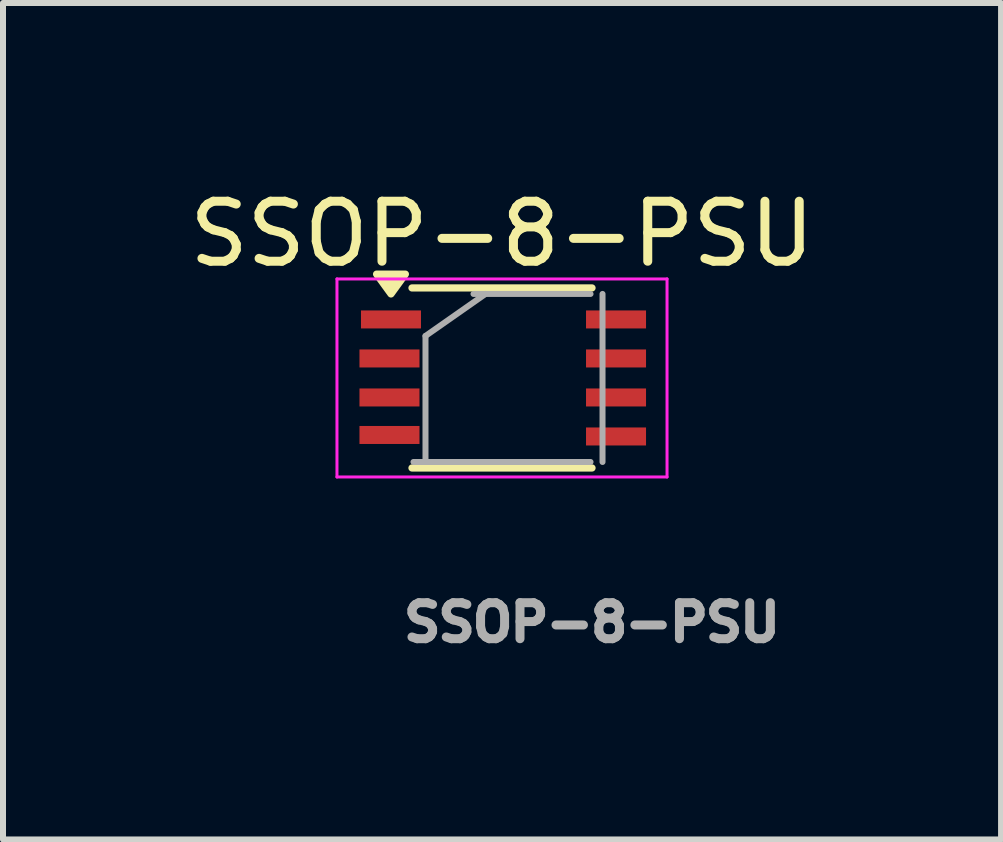
<source format=kicad_pcb>
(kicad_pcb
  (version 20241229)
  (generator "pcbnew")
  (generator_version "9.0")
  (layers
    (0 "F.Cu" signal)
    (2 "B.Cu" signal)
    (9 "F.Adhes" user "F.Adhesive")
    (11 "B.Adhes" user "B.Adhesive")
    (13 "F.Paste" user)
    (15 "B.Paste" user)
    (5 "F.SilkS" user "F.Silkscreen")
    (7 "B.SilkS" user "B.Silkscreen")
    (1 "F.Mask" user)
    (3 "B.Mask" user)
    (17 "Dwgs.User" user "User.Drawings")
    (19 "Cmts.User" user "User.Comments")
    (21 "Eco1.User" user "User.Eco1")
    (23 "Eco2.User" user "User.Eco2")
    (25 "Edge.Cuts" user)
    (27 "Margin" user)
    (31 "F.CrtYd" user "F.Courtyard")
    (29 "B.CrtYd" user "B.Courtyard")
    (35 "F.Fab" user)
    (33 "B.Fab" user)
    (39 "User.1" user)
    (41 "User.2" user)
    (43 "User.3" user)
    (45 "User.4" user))
  (footprint "SSOP-8-PSU"
    (layer "F.Cu")
    (at 5.315 3.248)
    (property "Reference" "SSOP-8-PSU" (at 0 -2.4 0) (layer "F.SilkS") (effects (font (size 1 1) (thickness 0.15))))
    (attr smd)
    (fp_line (start 1.5 -1.5) (end -1.5 -1.5) (stroke (width 0.12) (type solid)) (layer "F.SilkS"))
    (fp_line (start 1.5 1.5) (end -1.5 1.5) (stroke (width 0.12) (type solid)) (layer "F.SilkS"))
    (fp_poly (pts (xy -1.85 -1.4) (xy -2.09 -1.73) (xy -1.61 -1.73) (xy -1.85 -1.4)) (stroke (width 0.12) (type solid)) (fill yes) (layer "F.SilkS"))
    (fp_line (start -2.75 -1.65) (end 2.75 -1.65) (stroke (width 0.05) (type solid)) (layer "F.CrtYd"))
    (fp_line (start -2.75 1.65) (end -2.75 -1.65) (stroke (width 0.05) (type solid)) (layer "F.CrtYd"))
    (fp_line (start 2.75 -1.65) (end 2.75 1.65) (stroke (width 0.05) (type solid)) (layer "F.CrtYd"))
    (fp_line (start 2.75 1.65) (end -2.75 1.65) (stroke (width 0.05) (type solid)) (layer "F.CrtYd"))
    (fp_line (start -1.275 1.4) (end -1.275 -0.7) (stroke (width 0.1) (type solid)) (layer "F.Fab"))
    (fp_line (start -0.475 -1.4) (end 1.475 -1.4) (stroke (width 0.1) (type solid)) (layer "F.Fab"))
    (fp_line (start -0.275 -1.4) (end -1.275 -0.7) (stroke (width 0.1) (type solid)) (layer "F.Fab"))
    (fp_line (start 1.475 1.4) (end -1.475 1.4) (stroke (width 0.1) (type solid)) (layer "F.Fab"))
    (fp_line (start 1.675 -1.4) (end 1.675 1.4) (stroke (width 0.1) (type solid)) (layer "F.Fab"))
    (fp_text user "${REFERENCE}" (at 1.5 4.075 0) (layer "F.Fab") (effects (font (size 0.6 0.6) (thickness 0.15))))
    (pad "1" smd rect (at -1.85 -0.975 270) (size 0.3 1) (layers "F.Cu" "F.Mask" "F.Paste"))
    (pad "2" smd rect (at -1.875 -0.325 270) (size 0.3 1) (layers "F.Cu" "F.Mask" "F.Paste"))
    (pad "3" smd rect (at -1.875 0.325 270) (size 0.3 1) (layers "F.Cu" "F.Mask" "F.Paste"))
    (pad "4" smd rect (at -1.875 0.95 270) (size 0.3 1) (layers "F.Cu" "F.Mask" "F.Paste"))
    (pad "5" smd rect (at 1.9 0.975 270) (size 0.3 1) (layers "F.Cu" "F.Mask" "F.Paste"))
    (pad "6" smd rect (at 1.9 0.325 270) (size 0.3 1) (layers "F.Cu" "F.Mask" "F.Paste"))
    (pad "7" smd rect (at 1.9 -0.325 270) (size 0.3 1) (layers "F.Cu" "F.Mask" "F.Paste"))
    (pad "8" smd rect (at 1.9 -0.975 270) (size 0.3 1) (layers "F.Cu" "F.Mask" "F.Paste")))
  (gr_rect
    (start -3 -3)
    (end 13.631 10.938)
    (stroke (width 0.1) (type default))
    (fill no)
    (layer "Edge.Cuts")))
</source>
